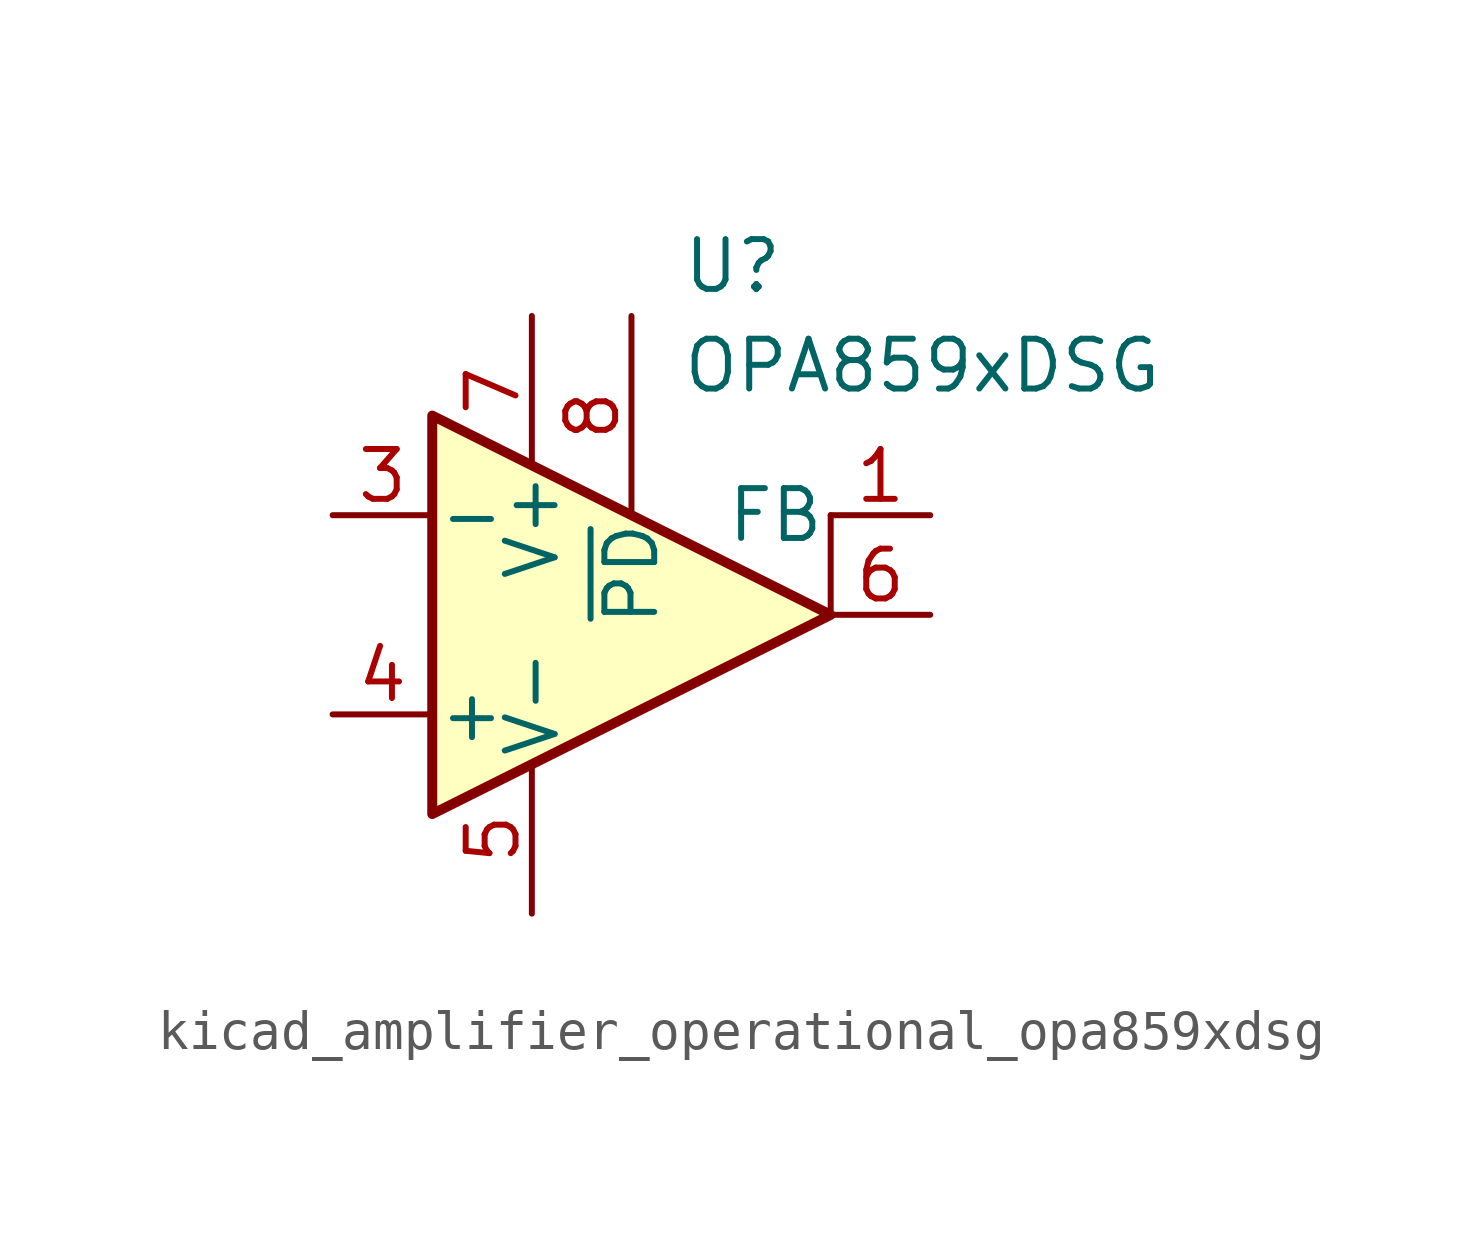
<source format=kicad_sym>
(kicad_symbol_lib
  (version 20220914)
  (generator kicad_symbol_editor)
  (symbol "kicad_amplifier_operational_opa859xdsg"
    (pin_names
      (offset 0.127))
    (property "Reference" "U"
      (at 1.27 8.89 0)
      (effects (font (size 1.27 1.27)) (justify left)))
    (property "Value" "OPA859xDSG"
      (at 1.27 6.35 0)
      (effects (font (size 1.27 1.27)) (justify left)))
    (symbol "kicad_amplifier_operational_opa859xdsg_0_0"
      (pin power_in line (at -2.54 7.62 270) (length 3.81) (name "V+" (effects (font (size 1.27 1.27)))) (number "7" (effects (font (size 1.27 1.27)))))
      (pin input line (at 0 7.62 270) (length 5.08) (name "~{PD}" (effects (font (size 1.27 1.27)))) (number "8" (effects (font (size 1.27 1.27)))))
      (pin passive line (at -2.54 -7.62 90) (length 3.81) hide (name "V-" (effects (font (size 1.27 1.27)))) (number "9" (effects (font (size 1.27 1.27))))))
    (symbol "kicad_amplifier_operational_opa859xdsg_0_1"
      (polyline (pts (xy 5.08 0) (xy 5.08 2.54)) (stroke (width 0.152) (type default)) (fill (type none)))
      (polyline (pts (xy -5.08 5.08) (xy 5.08 0) (xy -5.08 -5.08) (xy -5.08 5.08)) (stroke (width 0.254) (type default)) (fill (type background)))
      (pin no_connect line (at -5.08 -5.08 90) (length 3.81) hide (name "NC" (effects (font (size 1.27 1.27)))) (number "2" (effects (font (size 1.27 1.27)))))
      (pin output line (at 7.62 0 180) (length 2.54) (name "~" (effects (font (size 1.27 1.27)))) (number "6" (effects (font (size 1.27 1.27))))))
    (symbol "kicad_amplifier_operational_opa859xdsg_1_1"
      (pin output line (at 7.62 2.54 180) (length 2.54) (name "FB" (effects (font (size 1.27 1.27)))) (number "1" (effects (font (size 1.27 1.27)))))
      (pin input line (at -7.62 2.54 0) (length 2.54) (name "-" (effects (font (size 1.27 1.27)))) (number "3" (effects (font (size 1.27 1.27)))))
      (pin input line (at -7.62 -2.54 0) (length 2.54) (name "+" (effects (font (size 1.27 1.27)))) (number "4" (effects (font (size 1.27 1.27)))))
      (pin power_in line (at -2.54 -7.62 90) (length 3.81) (name "V-" (effects (font (size 1.27 1.27)))) (number "5" (effects (font (size 1.27 1.27))))))))
</source>
